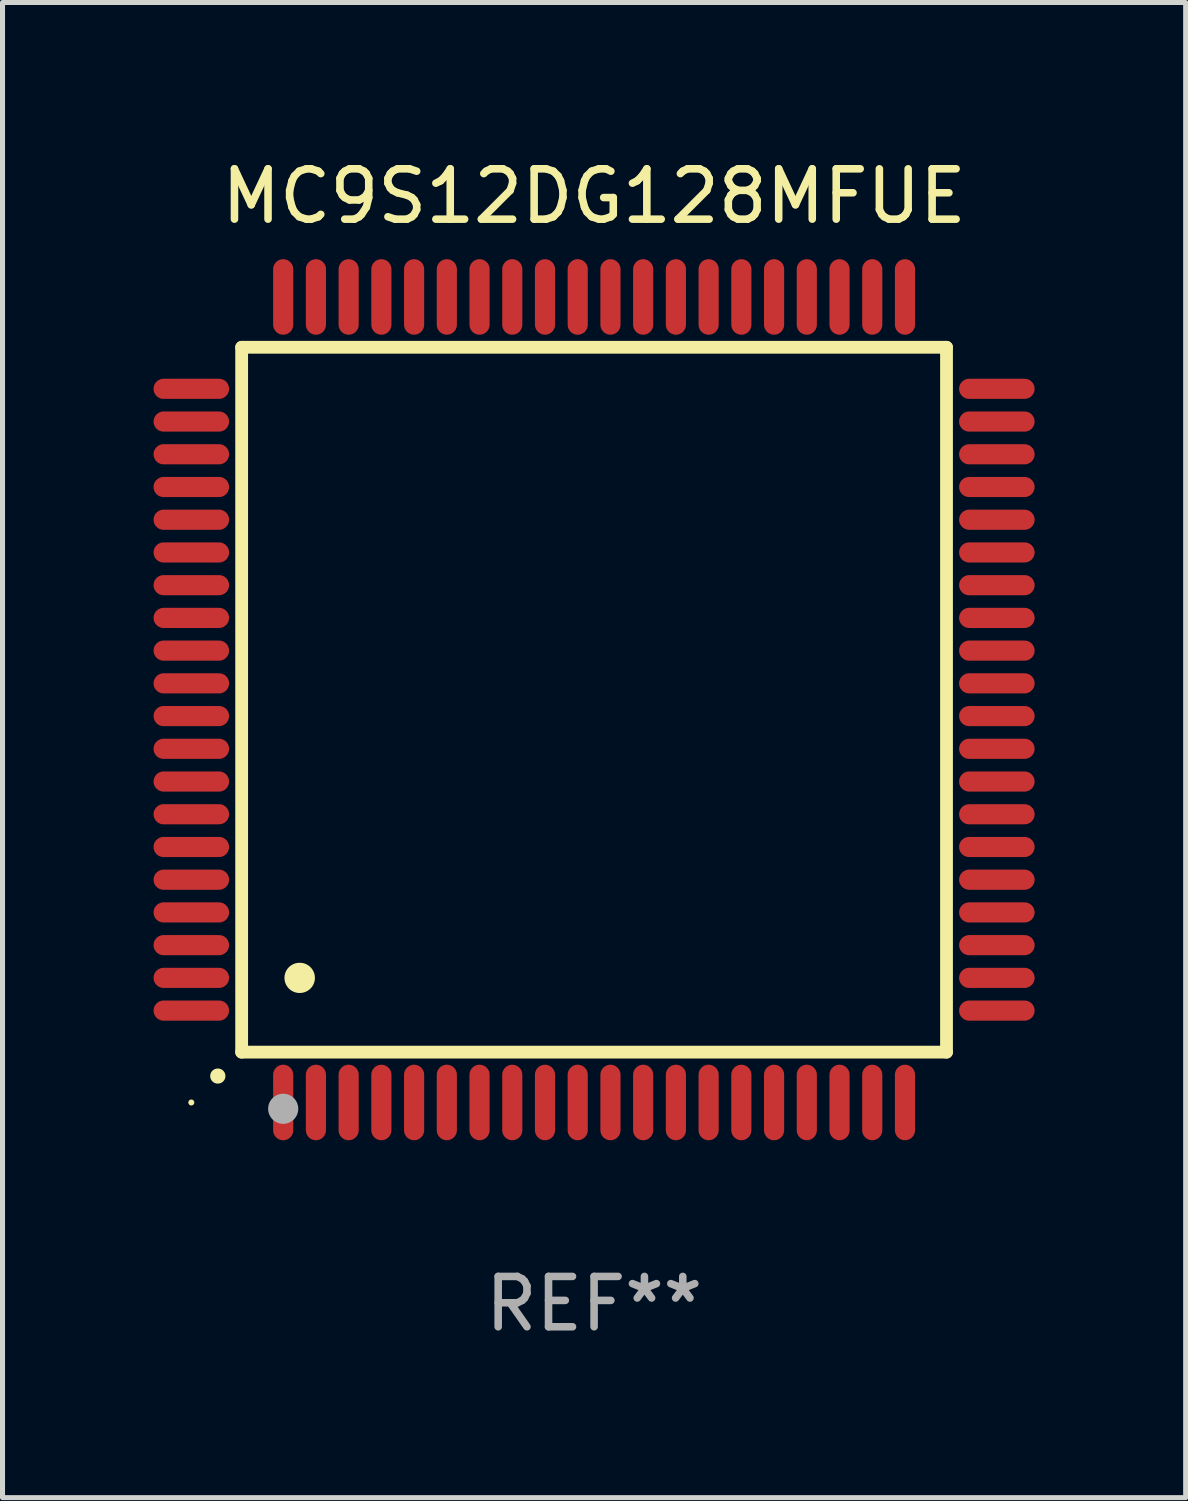
<source format=kicad_pcb>
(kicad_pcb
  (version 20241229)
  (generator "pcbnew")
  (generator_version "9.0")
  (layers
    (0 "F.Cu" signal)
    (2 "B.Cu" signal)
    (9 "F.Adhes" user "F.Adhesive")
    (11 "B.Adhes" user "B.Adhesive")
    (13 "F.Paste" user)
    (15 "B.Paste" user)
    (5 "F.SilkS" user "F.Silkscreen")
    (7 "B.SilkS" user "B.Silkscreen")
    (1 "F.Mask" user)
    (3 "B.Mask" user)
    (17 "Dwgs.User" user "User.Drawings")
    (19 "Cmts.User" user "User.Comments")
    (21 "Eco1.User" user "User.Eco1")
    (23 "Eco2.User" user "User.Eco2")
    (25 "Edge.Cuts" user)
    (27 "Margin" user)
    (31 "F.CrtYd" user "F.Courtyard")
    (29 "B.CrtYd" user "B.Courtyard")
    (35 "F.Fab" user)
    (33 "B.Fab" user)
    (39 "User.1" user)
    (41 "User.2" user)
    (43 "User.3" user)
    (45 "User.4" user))
  (footprint "MC9S12DG128MFUE"
    (layer "F.Cu")
    (at 8.75 10.848)
    (property "Reference" "MC9S12DG128MFUE" (at 0 -10 0) (layer "F.SilkS") (effects (font (size 1 1) (thickness 0.15))))
    (attr through_hole)
    (fp_line (start -7 -7) (end -7 7) (stroke (width 0.254) (type solid)) (layer "F.SilkS"))
    (fp_line (start -7 -7) (end 7 -7) (stroke (width 0.254) (type solid)) (layer "F.SilkS"))
    (fp_line (start -7 7) (end 7 7) (stroke (width 0.254) (type solid)) (layer "F.SilkS"))
    (fp_line (start 7 -7) (end 7 7) (stroke (width 0.254) (type solid)) (layer "F.SilkS"))
    (fp_arc (start -7.475006 7.475006) (mid -7.473736 7.475001) (end -7.472466 7.475006) (stroke (width 0.3) (type solid)) (layer "F.SilkS"))
    (fp_arc (start -5.850013 5.525019) (mid -5.847473 5.525008) (end -5.844933 5.525019) (stroke (width 0.6) (type solid)) (layer "F.SilkS"))
    (fp_circle (center -8 8) (end -7.97 8) (stroke (width 0.06) (type solid)) (fill no) (layer "F.SilkS"))
    (fp_circle (center -6.175 8.125) (end -6.025 8.125) (stroke (width 0.3) (type solid)) (fill no) (layer "F.Fab"))
    (fp_text user "REF**" (at 0 12 0) (layer "F.Fab") (effects (font (size 1 1) (thickness 0.15))))
    (pad "1" smd oval (at -6.175 8 180) (size 0.4 1.5) (layers "F.Cu" "F.Mask" "F.Paste"))
    (pad "2" smd oval (at -5.525 8 180) (size 0.4 1.5) (layers "F.Cu" "F.Mask" "F.Paste"))
    (pad "3" smd oval (at -4.875 8 180) (size 0.4 1.5) (layers "F.Cu" "F.Mask" "F.Paste"))
    (pad "4" smd oval (at -4.225 8 180) (size 0.4 1.5) (layers "F.Cu" "F.Mask" "F.Paste"))
    (pad "5" smd oval (at -3.575 8 180) (size 0.4 1.5) (layers "F.Cu" "F.Mask" "F.Paste"))
    (pad "6" smd oval (at -2.925 8 180) (size 0.4 1.5) (layers "F.Cu" "F.Mask" "F.Paste"))
    (pad "7" smd oval (at -2.275 8 180) (size 0.4 1.5) (layers "F.Cu" "F.Mask" "F.Paste"))
    (pad "8" smd oval (at -1.625 8 180) (size 0.4 1.5) (layers "F.Cu" "F.Mask" "F.Paste"))
    (pad "9" smd oval (at -0.975 8 180) (size 0.4 1.5) (layers "F.Cu" "F.Mask" "F.Paste"))
    (pad "10" smd oval (at -0.325 8 180) (size 0.4 1.5) (layers "F.Cu" "F.Mask" "F.Paste"))
    (pad "11" smd oval (at 0.325 8 180) (size 0.4 1.5) (layers "F.Cu" "F.Mask" "F.Paste"))
    (pad "12" smd oval (at 0.975 8 180) (size 0.4 1.5) (layers "F.Cu" "F.Mask" "F.Paste"))
    (pad "13" smd oval (at 1.625 8 180) (size 0.4 1.5) (layers "F.Cu" "F.Mask" "F.Paste"))
    (pad "14" smd oval (at 2.275 8 180) (size 0.4 1.5) (layers "F.Cu" "F.Mask" "F.Paste"))
    (pad "15" smd oval (at 2.925 8 180) (size 0.4 1.5) (layers "F.Cu" "F.Mask" "F.Paste"))
    (pad "16" smd oval (at 3.575 8 180) (size 0.4 1.5) (layers "F.Cu" "F.Mask" "F.Paste"))
    (pad "17" smd oval (at 4.225 8 180) (size 0.4 1.5) (layers "F.Cu" "F.Mask" "F.Paste"))
    (pad "18" smd oval (at 4.875 8 180) (size 0.4 1.5) (layers "F.Cu" "F.Mask" "F.Paste"))
    (pad "19" smd oval (at 5.525 8 180) (size 0.4 1.5) (layers "F.Cu" "F.Mask" "F.Paste"))
    (pad "20" smd oval (at 6.175 8) (size 0.4 1.5) (layers "F.Cu" "F.Mask" "F.Paste"))
    (pad "21" smd oval (at 8 6.175 270) (size 0.4 1.5) (layers "F.Cu" "F.Mask" "F.Paste"))
    (pad "22" smd oval (at 8 5.525 90) (size 0.4 1.5) (layers "F.Cu" "F.Mask" "F.Paste"))
    (pad "23" smd oval (at 8 4.875 90) (size 0.4 1.5) (layers "F.Cu" "F.Mask" "F.Paste"))
    (pad "24" smd oval (at 8 4.225 90) (size 0.4 1.5) (layers "F.Cu" "F.Mask" "F.Paste"))
    (pad "25" smd oval (at 8 3.575 90) (size 0.4 1.5) (layers "F.Cu" "F.Mask" "F.Paste"))
    (pad "26" smd oval (at 8 2.925 90) (size 0.4 1.5) (layers "F.Cu" "F.Mask" "F.Paste"))
    (pad "27" smd oval (at 8 2.275 90) (size 0.4 1.5) (layers "F.Cu" "F.Mask" "F.Paste"))
    (pad "28" smd oval (at 8 1.625 90) (size 0.4 1.5) (layers "F.Cu" "F.Mask" "F.Paste"))
    (pad "29" smd oval (at 8 0.975 90) (size 0.4 1.5) (layers "F.Cu" "F.Mask" "F.Paste"))
    (pad "30" smd oval (at 8 0.325 90) (size 0.4 1.5) (layers "F.Cu" "F.Mask" "F.Paste"))
    (pad "31" smd oval (at 8 -0.325 90) (size 0.4 1.5) (layers "F.Cu" "F.Mask" "F.Paste"))
    (pad "32" smd oval (at 8 -0.975 90) (size 0.4 1.5) (layers "F.Cu" "F.Mask" "F.Paste"))
    (pad "33" smd oval (at 8 -1.625 90) (size 0.4 1.5) (layers "F.Cu" "F.Mask" "F.Paste"))
    (pad "34" smd oval (at 8 -2.275 90) (size 0.4 1.5) (layers "F.Cu" "F.Mask" "F.Paste"))
    (pad "35" smd oval (at 8 -2.925 90) (size 0.4 1.5) (layers "F.Cu" "F.Mask" "F.Paste"))
    (pad "36" smd oval (at 8 -3.575 90) (size 0.4 1.5) (layers "F.Cu" "F.Mask" "F.Paste"))
    (pad "37" smd oval (at 8 -4.225 90) (size 0.4 1.5) (layers "F.Cu" "F.Mask" "F.Paste"))
    (pad "38" smd oval (at 8 -4.875 90) (size 0.4 1.5) (layers "F.Cu" "F.Mask" "F.Paste"))
    (pad "39" smd oval (at 8 -5.525 90) (size 0.4 1.5) (layers "F.Cu" "F.Mask" "F.Paste"))
    (pad "40" smd oval (at 8 -6.175 90) (size 0.4 1.5) (layers "F.Cu" "F.Mask" "F.Paste"))
    (pad "41" smd oval (at 6.175 -8) (size 0.4 1.5) (layers "F.Cu" "F.Mask" "F.Paste"))
    (pad "42" smd oval (at 5.525 -8 180) (size 0.4 1.5) (layers "F.Cu" "F.Mask" "F.Paste"))
    (pad "43" smd oval (at 4.875 -8 180) (size 0.4 1.5) (layers "F.Cu" "F.Mask" "F.Paste"))
    (pad "44" smd oval (at 4.225 -8 180) (size 0.4 1.5) (layers "F.Cu" "F.Mask" "F.Paste"))
    (pad "45" smd oval (at 3.575 -8 180) (size 0.4 1.5) (layers "F.Cu" "F.Mask" "F.Paste"))
    (pad "46" smd oval (at 2.925 -8 180) (size 0.4 1.5) (layers "F.Cu" "F.Mask" "F.Paste"))
    (pad "47" smd oval (at 2.275 -8 180) (size 0.4 1.5) (layers "F.Cu" "F.Mask" "F.Paste"))
    (pad "48" smd oval (at 1.625 -8 180) (size 0.4 1.5) (layers "F.Cu" "F.Mask" "F.Paste"))
    (pad "49" smd oval (at 0.975 -8 180) (size 0.4 1.5) (layers "F.Cu" "F.Mask" "F.Paste"))
    (pad "50" smd oval (at 0.325 -8 180) (size 0.4 1.5) (layers "F.Cu" "F.Mask" "F.Paste"))
    (pad "51" smd oval (at -0.325 -8 180) (size 0.4 1.5) (layers "F.Cu" "F.Mask" "F.Paste"))
    (pad "52" smd oval (at -0.975 -8 180) (size 0.4 1.5) (layers "F.Cu" "F.Mask" "F.Paste"))
    (pad "53" smd oval (at -1.625 -8 180) (size 0.4 1.5) (layers "F.Cu" "F.Mask" "F.Paste"))
    (pad "54" smd oval (at -2.275 -8 180) (size 0.4 1.5) (layers "F.Cu" "F.Mask" "F.Paste"))
    (pad "55" smd oval (at -2.925 -8 180) (size 0.4 1.5) (layers "F.Cu" "F.Mask" "F.Paste"))
    (pad "56" smd oval (at -3.575 -8 180) (size 0.4 1.5) (layers "F.Cu" "F.Mask" "F.Paste"))
    (pad "57" smd oval (at -4.225 -8 180) (size 0.4 1.5) (layers "F.Cu" "F.Mask" "F.Paste"))
    (pad "58" smd oval (at -4.875 -8 180) (size 0.4 1.5) (layers "F.Cu" "F.Mask" "F.Paste"))
    (pad "59" smd oval (at -5.525 -8 180) (size 0.4 1.5) (layers "F.Cu" "F.Mask" "F.Paste"))
    (pad "60" smd oval (at -6.175 -8 180) (size 0.4 1.5) (layers "F.Cu" "F.Mask" "F.Paste"))
    (pad "61" smd oval (at -8 -6.175 90) (size 0.4 1.5) (layers "F.Cu" "F.Mask" "F.Paste"))
    (pad "62" smd oval (at -8 -5.525 90) (size 0.4 1.5) (layers "F.Cu" "F.Mask" "F.Paste"))
    (pad "63" smd oval (at -8 -4.875 90) (size 0.4 1.5) (layers "F.Cu" "F.Mask" "F.Paste"))
    (pad "64" smd oval (at -8 -4.225 90) (size 0.4 1.5) (layers "F.Cu" "F.Mask" "F.Paste"))
    (pad "65" smd oval (at -8 -3.575 90) (size 0.4 1.5) (layers "F.Cu" "F.Mask" "F.Paste"))
    (pad "66" smd oval (at -8 -2.925 90) (size 0.4 1.5) (layers "F.Cu" "F.Mask" "F.Paste"))
    (pad "67" smd oval (at -8 -2.275 90) (size 0.4 1.5) (layers "F.Cu" "F.Mask" "F.Paste"))
    (pad "68" smd oval (at -8 -1.625 90) (size 0.4 1.5) (layers "F.Cu" "F.Mask" "F.Paste"))
    (pad "69" smd oval (at -8 -0.975 90) (size 0.4 1.5) (layers "F.Cu" "F.Mask" "F.Paste"))
    (pad "70" smd oval (at -8 -0.325 90) (size 0.4 1.5) (layers "F.Cu" "F.Mask" "F.Paste"))
    (pad "71" smd oval (at -8 0.325 90) (size 0.4 1.5) (layers "F.Cu" "F.Mask" "F.Paste"))
    (pad "72" smd oval (at -8 0.975 90) (size 0.4 1.5) (layers "F.Cu" "F.Mask" "F.Paste"))
    (pad "73" smd oval (at -8 1.625 90) (size 0.4 1.5) (layers "F.Cu" "F.Mask" "F.Paste"))
    (pad "74" smd oval (at -8 2.275 90) (size 0.4 1.5) (layers "F.Cu" "F.Mask" "F.Paste"))
    (pad "75" smd oval (at -8 2.925 90) (size 0.4 1.5) (layers "F.Cu" "F.Mask" "F.Paste"))
    (pad "76" smd oval (at -8 3.575 90) (size 0.4 1.5) (layers "F.Cu" "F.Mask" "F.Paste"))
    (pad "77" smd oval (at -8 4.225 90) (size 0.4 1.5) (layers "F.Cu" "F.Mask" "F.Paste"))
    (pad "78" smd oval (at -8 4.875 90) (size 0.4 1.5) (layers "F.Cu" "F.Mask" "F.Paste"))
    (pad "79" smd oval (at -8 5.525 90) (size 0.4 1.5) (layers "F.Cu" "F.Mask" "F.Paste"))
    (pad "80" smd oval (at -8 6.175 270) (size 0.4 1.5) (layers "F.Cu" "F.Mask" "F.Paste")))
  (gr_rect
    (start -3 -3)
    (end 20.5 26.697)
    (stroke (width 0.1) (type default))
    (fill no)
    (layer "Edge.Cuts")))
</source>
